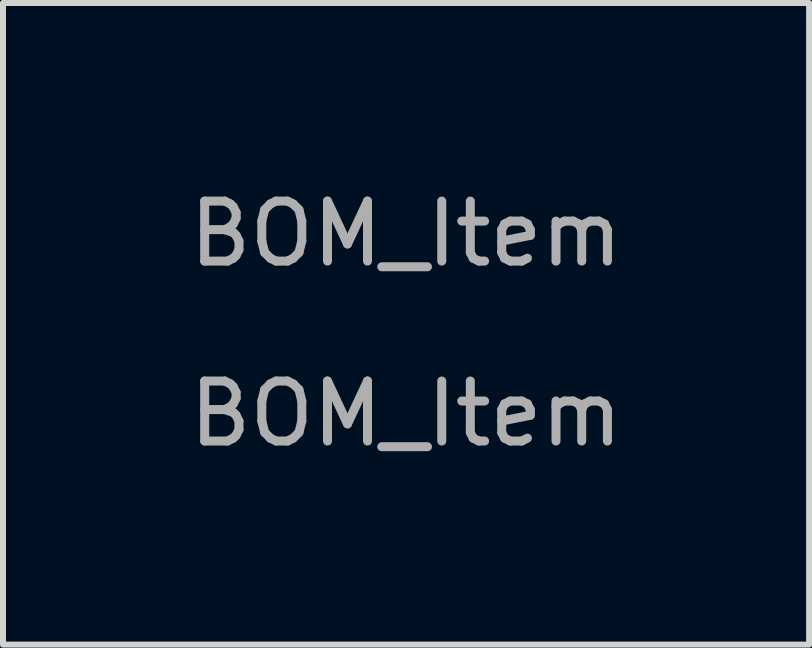
<source format=kicad_pcb>
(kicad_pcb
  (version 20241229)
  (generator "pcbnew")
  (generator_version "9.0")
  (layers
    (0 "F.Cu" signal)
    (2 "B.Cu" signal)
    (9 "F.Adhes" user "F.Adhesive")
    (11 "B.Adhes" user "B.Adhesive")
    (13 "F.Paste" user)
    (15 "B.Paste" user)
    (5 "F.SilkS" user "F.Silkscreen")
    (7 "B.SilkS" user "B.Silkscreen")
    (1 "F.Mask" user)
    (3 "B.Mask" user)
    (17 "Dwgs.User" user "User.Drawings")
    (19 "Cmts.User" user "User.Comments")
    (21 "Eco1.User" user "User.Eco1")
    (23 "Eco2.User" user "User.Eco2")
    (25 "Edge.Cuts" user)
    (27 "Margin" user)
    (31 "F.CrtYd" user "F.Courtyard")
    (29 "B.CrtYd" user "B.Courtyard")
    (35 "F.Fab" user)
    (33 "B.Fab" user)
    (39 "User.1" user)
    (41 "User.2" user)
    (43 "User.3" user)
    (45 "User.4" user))
  (footprint "BOM_Item"
    (layer "F.Cu")
    (at 3.72 1.348)
    (property "Reference" "BOM_Item" (at 0 -0.5 0) (unlocked yes) (layer "F.Fab") (effects (font (size 1 1) (thickness 0.15))))
    (fp_text user "${REFERENCE}" (at 0 2.5 0) (unlocked yes) (layer "F.Fab") (effects (font (size 1 1) (thickness 0.15)))))
  (gr_rect
    (start -3 -3)
    (end 10.44 7.697)
    (stroke (width 0.1) (type default))
    (fill no)
    (layer "Edge.Cuts")))
</source>
